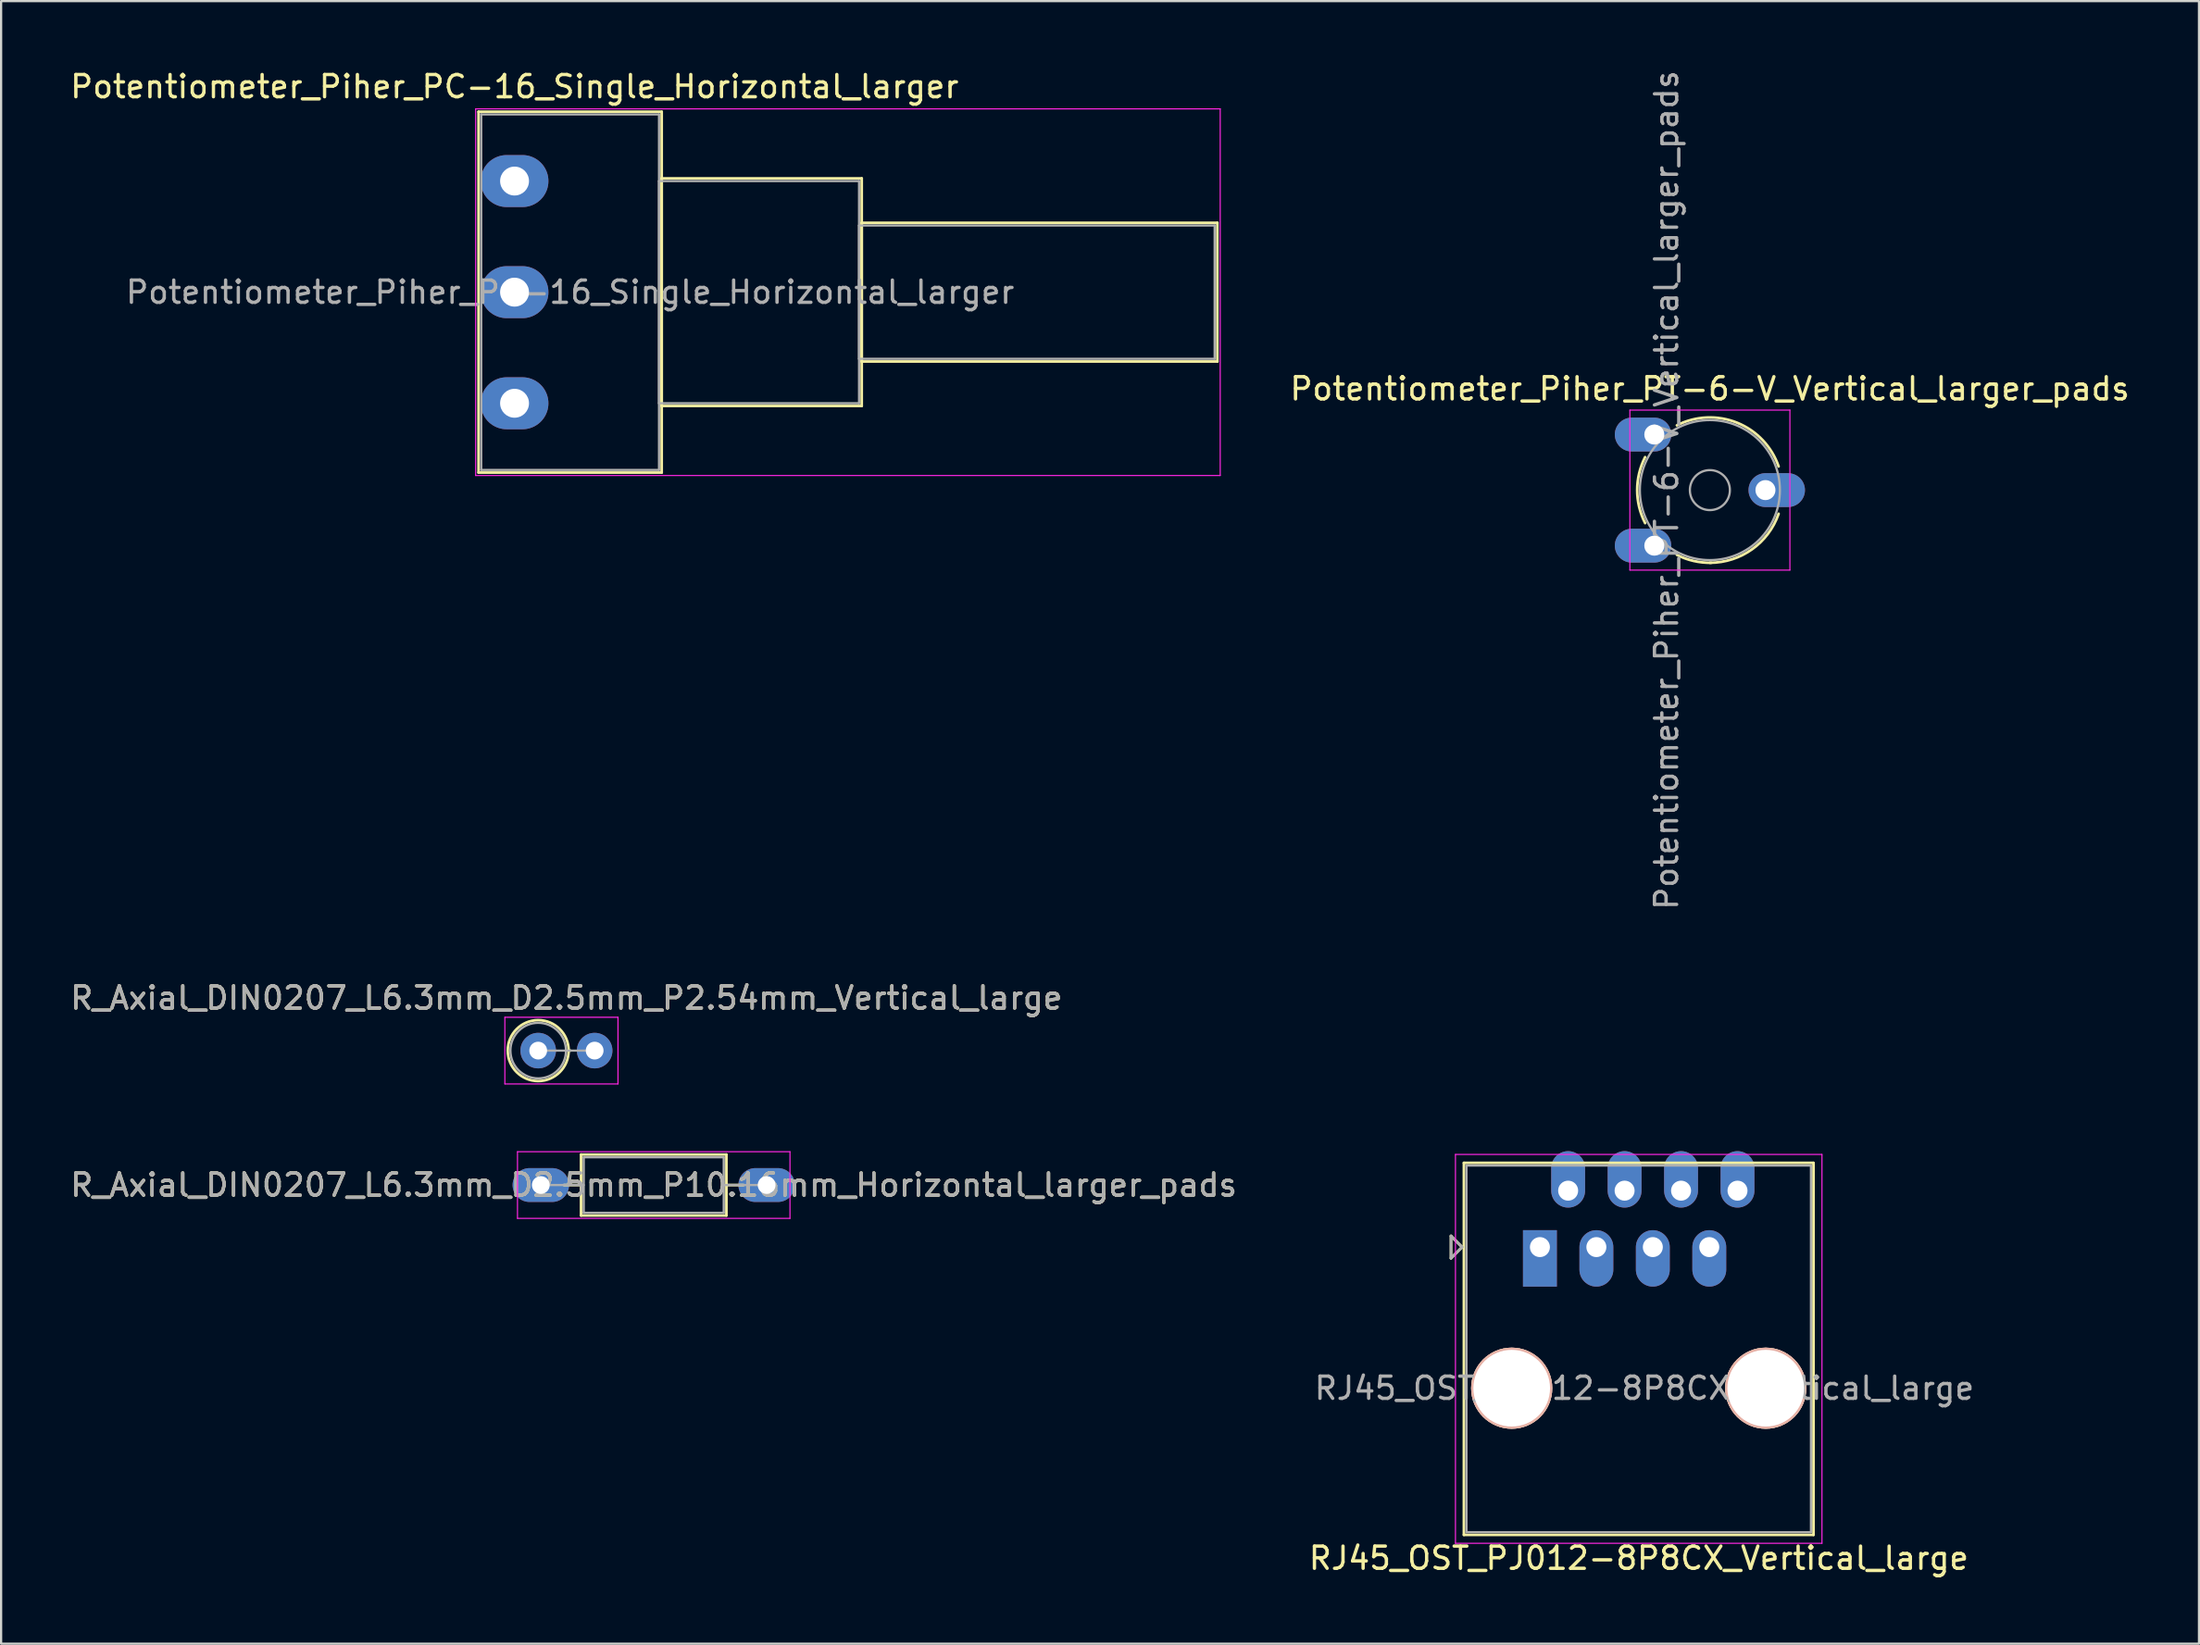
<source format=kicad_pcb>
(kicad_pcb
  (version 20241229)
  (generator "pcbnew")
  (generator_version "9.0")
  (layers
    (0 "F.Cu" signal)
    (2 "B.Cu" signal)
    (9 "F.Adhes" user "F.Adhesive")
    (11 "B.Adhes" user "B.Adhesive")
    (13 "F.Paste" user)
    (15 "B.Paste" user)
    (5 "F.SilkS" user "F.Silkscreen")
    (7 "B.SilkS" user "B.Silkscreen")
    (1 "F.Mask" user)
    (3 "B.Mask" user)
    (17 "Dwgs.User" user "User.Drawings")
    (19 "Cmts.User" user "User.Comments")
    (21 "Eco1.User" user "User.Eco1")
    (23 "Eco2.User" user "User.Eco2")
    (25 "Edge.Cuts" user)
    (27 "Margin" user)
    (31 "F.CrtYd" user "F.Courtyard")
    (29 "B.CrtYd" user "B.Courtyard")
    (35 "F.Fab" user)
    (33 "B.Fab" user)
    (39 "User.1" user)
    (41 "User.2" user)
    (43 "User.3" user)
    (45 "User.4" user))
  (footprint "RJ45_OST_PJ012-8P8CX_Vertical_large"
    (layer "F.Cu")
    (at 66.235 53.073)
    (property "Reference" "RJ45_OST_PJ012-8P8CX_Vertical_large" (at 4.45 14 0) (layer "F.SilkS") (effects (font (size 1 1) (thickness 0.15))))
    (attr through_hole)
    (fp_line (start -4 -0.5) (end -4 0.5) (stroke (width 0.12) (type solid)) (layer "F.SilkS"))
    (fp_line (start -4 0.5) (end -3.5 0) (stroke (width 0.12) (type solid)) (layer "F.SilkS"))
    (fp_line (start -3.5 0) (end -4 -0.5) (stroke (width 0.12) (type solid)) (layer "F.SilkS"))
    (fp_line (start -3.42 -3.79) (end -3.42 12.95) (stroke (width 0.12) (type solid)) (layer "F.SilkS"))
    (fp_line (start 12.3 -3.79) (end -3.42 -3.79) (stroke (width 0.12) (type solid)) (layer "F.SilkS"))
    (fp_line (start 12.31 -3.79) (end 12.31 12.95) (stroke (width 0.12) (type solid)) (layer "F.SilkS"))
    (fp_line (start 12.31 12.95) (end -3.42 12.95) (stroke (width 0.12) (type solid)) (layer "F.SilkS"))
    (fp_line (start -3.8 -4.17) (end -3.8 13.33) (stroke (width 0.05) (type solid)) (layer "F.CrtYd"))
    (fp_line (start -3.8 -4.17) (end 12.69 -4.17) (stroke (width 0.05) (type solid)) (layer "F.CrtYd"))
    (fp_line (start -3.8 13.33) (end 12.69 13.33) (stroke (width 0.05) (type solid)) (layer "F.CrtYd"))
    (fp_line (start 12.69 -4.17) (end 12.69 13.33) (stroke (width 0.05) (type solid)) (layer "F.CrtYd"))
    (fp_line (start -4 -0.5) (end -4 0.5) (stroke (width 0.12) (type solid)) (layer "F.Fab"))
    (fp_line (start -4 0.5) (end -3.5 0) (stroke (width 0.12) (type solid)) (layer "F.Fab"))
    (fp_line (start -3.5 0) (end -4 -0.5) (stroke (width 0.12) (type solid)) (layer "F.Fab"))
    (fp_line (start -3.305 -3.67) (end -3.305 12.83) (stroke (width 0.1) (type solid)) (layer "F.Fab"))
    (fp_line (start 12.195 -3.67) (end -3.305 -3.67) (stroke (width 0.1) (type solid)) (layer "F.Fab"))
    (fp_line (start 12.195 -3.67) (end 12.195 12.83) (stroke (width 0.1) (type solid)) (layer "F.Fab"))
    (fp_line (start 12.195 12.83) (end -3.305 12.83) (stroke (width 0.1) (type solid)) (layer "F.Fab"))
    (fp_text user "${REFERENCE}" (at 4.7 6.35 0) (layer "F.Fab") (effects (font (size 1 1) (thickness 0.15))))
    (pad "" np_thru_hole circle (at -1.27 6.35) (size 3.65 3.65) (drill 3.45) (layers "*.Cu" "*.SilkS" "*.Mask"))
    (pad "" np_thru_hole circle (at 10.16 6.35) (size 3.65 3.65) (drill 3.45) (layers "*.Cu" "*.SilkS" "*.Mask"))
    (pad "1" thru_hole rect (at 0 0) (size 1.524 2.54) (drill 0.9 (offset 0 0.508)) (layers "*.Cu" "*.Mask"))
    (pad "2" thru_hole oval (at 1.27 -2.54) (size 1.524 2.54) (drill 0.9 (offset 0 -0.508)) (layers "*.Cu" "*.Mask"))
    (pad "3" thru_hole oval (at 2.54 0) (size 1.524 2.54) (drill 0.9 (offset 0 0.508)) (layers "*.Cu" "*.Mask"))
    (pad "4" thru_hole oval (at 3.81 -2.54) (size 1.524 2.54) (drill 0.9 (offset 0 -0.508)) (layers "*.Cu" "*.Mask"))
    (pad "5" thru_hole oval (at 5.08 0) (size 1.524 2.54) (drill 0.9 (offset 0 0.508)) (layers "*.Cu" "*.Mask"))
    (pad "6" thru_hole oval (at 6.35 -2.54) (size 1.524 2.54) (drill 0.9 (offset 0 -0.508)) (layers "*.Cu" "*.Mask"))
    (pad "7" thru_hole oval (at 7.62 0) (size 1.524 2.54) (drill 0.9 (offset 0 0.508)) (layers "*.Cu" "*.Mask"))
    (pad "8" thru_hole oval (at 8.89 -2.54) (size 1.524 2.54) (drill 0.9 (offset 0 -0.508)) (layers "*.Cu" "*.Mask")))
  (footprint "R_Axial_DIN0207_L6.3mm_D2.5mm_P2.54mm_Vertical_large"
    (layer "F.Cu")
    (at 21.165 44.23)
    (property "Reference" "R_Axial_DIN0207_L6.3mm_D2.5mm_P2.54mm_Vertical_large" (at 1.27 -2.37 0) (layer "F.SilkS") (effects (font (size 1 1) (thickness 0.15))))
    (attr through_hole)
    (fp_line (start 1.37 0) (end 1.44 0) (stroke (width 0.12) (type solid)) (layer "F.SilkS"))
    (fp_circle (center 0 0) (end 1.37 0) (stroke (width 0.12) (type solid)) (fill no) (layer "F.SilkS"))
    (fp_line (start -1.5 -1.5) (end -1.5 1.5) (stroke (width 0.05) (type solid)) (layer "F.CrtYd"))
    (fp_line (start -1.5 1.5) (end 3.59 1.5) (stroke (width 0.05) (type solid)) (layer "F.CrtYd"))
    (fp_line (start 3.59 -1.5) (end -1.5 -1.5) (stroke (width 0.05) (type solid)) (layer "F.CrtYd"))
    (fp_line (start 3.59 1.5) (end 3.59 -1.5) (stroke (width 0.05) (type solid)) (layer "F.CrtYd"))
    (fp_line (start 0 0) (end 2.54 0) (stroke (width 0.1) (type solid)) (layer "F.Fab"))
    (fp_circle (center 0 0) (end 1.25 0) (stroke (width 0.1) (type solid)) (fill no) (layer "F.Fab"))
    (fp_text user "${REFERENCE}" (at 1.27 -2.37 0) (layer "F.Fab") (effects (font (size 1 1) (thickness 0.15))))
    (pad "1" thru_hole circle (at 0 0) (size 1.6 1.6) (drill 0.8) (layers "*.Cu" "*.Mask"))
    (pad "2" thru_hole oval (at 2.54 0) (size 1.6 1.6) (drill 0.8) (layers "*.Cu" "*.Mask")))
  (footprint "Potentiometer_Piher_PT-6-V_Vertical_larger_pads"
    (layer "F.Cu")
    (at 71.382 21.506)
    (property "Reference" "Potentiometer_Piher_PT-6-V_Vertical_larger_pads" (at 2.5 -7.06 0) (layer "F.SilkS") (effects (font (size 1 1) (thickness 0.15))))
    (attr through_hole)
    (fp_arc (start -0.413387 -1.014798) (mid -0.770114 -2.499325) (end -0.414 -3.984) (stroke (width 0.12) (type solid)) (layer "F.SilkS"))
    (fp_arc (start 1.016032 -5.413829) (mid 3.725524 -5.531609) (end 5.592 -3.564) (stroke (width 0.12) (type solid)) (layer "F.SilkS"))
    (fp_arc (start 2.556863 0.770075) (mid 1.764071 0.686696) (end 1.015 0.414) (stroke (width 0.12) (type solid)) (layer "F.SilkS"))
    (fp_arc (start 5.591846 -1.435392) (mid 4.398899 0.162158) (end 2.5 0.77) (stroke (width 0.12) (type solid)) (layer "F.SilkS"))
    (fp_line (start -1.1 -6.1) (end -1.1 1.1) (stroke (width 0.05) (type solid)) (layer "F.CrtYd"))
    (fp_line (start -1.1 1.1) (end 6.1 1.1) (stroke (width 0.05) (type solid)) (layer "F.CrtYd"))
    (fp_line (start 6.1 -6.1) (end -1.1 -6.1) (stroke (width 0.05) (type solid)) (layer "F.CrtYd"))
    (fp_line (start 6.1 1.1) (end 6.1 -6.1) (stroke (width 0.05) (type solid)) (layer "F.CrtYd"))
    (fp_circle (center 2.5 -2.5) (end 3.4 -2.5) (stroke (width 0.1) (type solid)) (fill no) (layer "F.Fab"))
    (fp_circle (center 2.5 -2.5) (end 5.65 -2.5) (stroke (width 0.1) (type solid)) (fill no) (layer "F.Fab"))
    (fp_text user "${REFERENCE}" (at 0.55 -2.5 90) (layer "F.Fab") (effects (font (size 1 1) (thickness 0.15))))
    (pad "1" thru_hole oval (at 0 0) (size 2.54 1.524) (drill 0.9 (offset -0.508 0)) (layers "*.Cu" "*.Mask"))
    (pad "2" thru_hole oval (at 5 -2.5) (size 2.54 1.524) (drill 0.9 (offset 0.508 0)) (layers "*.Cu" "*.Mask"))
    (pad "3" thru_hole oval (at 0 -5) (size 2.54 1.524) (drill 0.9 (offset -0.508 0)) (layers "*.Cu" "*.Mask")))
  (footprint "Potentiometer_Piher_PC-16_Single_Horizontal_larger"
    (layer "F.Cu")
    (at 20.101 15.098)
    (property "Reference" "Potentiometer_Piher_PC-16_Single_Horizontal_larger" (at 0 -14.25 0) (layer "F.SilkS") (effects (font (size 1 1) (thickness 0.15))))
    (attr through_hole)
    (fp_line (start -1.62 -13.12) (end -1.62 3.12) (stroke (width 0.12) (type solid)) (layer "F.SilkS"))
    (fp_line (start -1.62 -13.12) (end 6.62 -13.12) (stroke (width 0.12) (type solid)) (layer "F.SilkS"))
    (fp_line (start -1.62 3.12) (end 6.62 3.12) (stroke (width 0.12) (type solid)) (layer "F.SilkS"))
    (fp_line (start 6.62 -13.12) (end 6.62 3.12) (stroke (width 0.12) (type solid)) (layer "F.SilkS"))
    (fp_line (start 6.62 -10.12) (end 6.62 0.12) (stroke (width 0.12) (type solid)) (layer "F.SilkS"))
    (fp_line (start 6.62 -10.12) (end 15.62 -10.12) (stroke (width 0.12) (type solid)) (layer "F.SilkS"))
    (fp_line (start 6.62 0.12) (end 15.62 0.12) (stroke (width 0.12) (type solid)) (layer "F.SilkS"))
    (fp_line (start 15.62 -10.12) (end 15.62 0.12) (stroke (width 0.12) (type solid)) (layer "F.SilkS"))
    (fp_line (start 15.62 -8.12) (end 15.62 -1.879) (stroke (width 0.12) (type solid)) (layer "F.SilkS"))
    (fp_line (start 15.62 -8.12) (end 31.62 -8.12) (stroke (width 0.12) (type solid)) (layer "F.SilkS"))
    (fp_line (start 15.62 -1.879) (end 31.62 -1.879) (stroke (width 0.12) (type solid)) (layer "F.SilkS"))
    (fp_line (start 31.62 -8.12) (end 31.62 -1.879) (stroke (width 0.12) (type solid)) (layer "F.SilkS"))
    (fp_line (start -1.75 -13.25) (end -1.75 3.25) (stroke (width 0.05) (type solid)) (layer "F.CrtYd"))
    (fp_line (start -1.75 3.25) (end 31.75 3.25) (stroke (width 0.05) (type solid)) (layer "F.CrtYd"))
    (fp_line (start 31.75 -13.25) (end -1.75 -13.25) (stroke (width 0.05) (type solid)) (layer "F.CrtYd"))
    (fp_line (start 31.75 3.25) (end 31.75 -13.25) (stroke (width 0.05) (type solid)) (layer "F.CrtYd"))
    (fp_line (start -1.5 -13) (end -1.5 3) (stroke (width 0.1) (type solid)) (layer "F.Fab"))
    (fp_line (start -1.5 3) (end 6.5 3) (stroke (width 0.1) (type solid)) (layer "F.Fab"))
    (fp_line (start 6.5 -13) (end -1.5 -13) (stroke (width 0.1) (type solid)) (layer "F.Fab"))
    (fp_line (start 6.5 -10) (end 6.5 0) (stroke (width 0.1) (type solid)) (layer "F.Fab"))
    (fp_line (start 6.5 0) (end 15.5 0) (stroke (width 0.1) (type solid)) (layer "F.Fab"))
    (fp_line (start 6.5 3) (end 6.5 -13) (stroke (width 0.1) (type solid)) (layer "F.Fab"))
    (fp_line (start 15.5 -10) (end 6.5 -10) (stroke (width 0.1) (type solid)) (layer "F.Fab"))
    (fp_line (start 15.5 -8) (end 15.5 -2) (stroke (width 0.1) (type solid)) (layer "F.Fab"))
    (fp_line (start 15.5 -2) (end 31.5 -2) (stroke (width 0.1) (type solid)) (layer "F.Fab"))
    (fp_line (start 15.5 0) (end 15.5 -10) (stroke (width 0.1) (type solid)) (layer "F.Fab"))
    (fp_line (start 31.5 -8) (end 15.5 -8) (stroke (width 0.1) (type solid)) (layer "F.Fab"))
    (fp_line (start 31.5 -2) (end 31.5 -8) (stroke (width 0.1) (type solid)) (layer "F.Fab"))
    (fp_text user "${REFERENCE}" (at 2.5 -5 0) (layer "F.Fab") (effects (font (size 1 1) (thickness 0.15))))
    (pad "1" thru_hole oval (at 0 0) (size 3.048 2.34) (drill 1.3) (layers "*.Cu" "*.Mask"))
    (pad "2" thru_hole oval (at 0 -5) (size 3.048 2.34) (drill 1.3) (layers "*.Cu" "*.Mask"))
    (pad "3" thru_hole oval (at 0 -10) (size 3.048 2.34) (drill 1.3) (layers "*.Cu" "*.Mask")))
  (footprint "R_Axial_DIN0207_L6.3mm_D2.5mm_P10.16mm_Horizontal_larger_pads"
    (layer "F.Cu")
    (at 21.283 50.28)
    (property "Reference" "R_Axial_DIN0207_L6.3mm_D2.5mm_P10.16mm_Horizontal_larger_pads" (at 5.08 0 0) (layer "F.SilkS") (effects (font (size 1 1) (thickness 0.15))))
    (attr through_hole)
    (fp_line (start 1.04 0) (end 1.81 0) (stroke (width 0.12) (type solid)) (layer "F.SilkS"))
    (fp_line (start 1.81 -1.37) (end 1.81 1.37) (stroke (width 0.12) (type solid)) (layer "F.SilkS"))
    (fp_line (start 1.81 1.37) (end 8.35 1.37) (stroke (width 0.12) (type solid)) (layer "F.SilkS"))
    (fp_line (start 8.35 -1.37) (end 1.81 -1.37) (stroke (width 0.12) (type solid)) (layer "F.SilkS"))
    (fp_line (start 8.35 1.37) (end 8.35 -1.37) (stroke (width 0.12) (type solid)) (layer "F.SilkS"))
    (fp_line (start 9.12 0) (end 8.35 0) (stroke (width 0.12) (type solid)) (layer "F.SilkS"))
    (fp_line (start -1.05 -1.5) (end -1.05 1.5) (stroke (width 0.05) (type solid)) (layer "F.CrtYd"))
    (fp_line (start -1.05 1.5) (end 11.21 1.5) (stroke (width 0.05) (type solid)) (layer "F.CrtYd"))
    (fp_line (start 11.21 -1.5) (end -1.05 -1.5) (stroke (width 0.05) (type solid)) (layer "F.CrtYd"))
    (fp_line (start 11.21 1.5) (end 11.21 -1.5) (stroke (width 0.05) (type solid)) (layer "F.CrtYd"))
    (fp_line (start 0 0) (end 1.93 0) (stroke (width 0.1) (type solid)) (layer "F.Fab"))
    (fp_line (start 1.93 -1.25) (end 1.93 1.25) (stroke (width 0.1) (type solid)) (layer "F.Fab"))
    (fp_line (start 1.93 1.25) (end 8.23 1.25) (stroke (width 0.1) (type solid)) (layer "F.Fab"))
    (fp_line (start 8.23 -1.25) (end 1.93 -1.25) (stroke (width 0.1) (type solid)) (layer "F.Fab"))
    (fp_line (start 8.23 1.25) (end 8.23 -1.25) (stroke (width 0.1) (type solid)) (layer "F.Fab"))
    (fp_line (start 10.16 0) (end 8.23 0) (stroke (width 0.1) (type solid)) (layer "F.Fab"))
    (fp_text user "${REFERENCE}" (at 5.08 0 0) (layer "F.Fab") (effects (font (size 1 1) (thickness 0.15))))
    (pad "1" thru_hole oval (at 0 0) (size 2.54 1.524) (drill 0.8) (layers "*.Cu" "*.Mask"))
    (pad "2" thru_hole oval (at 10.16 0) (size 2.54 1.524) (drill 0.8) (layers "*.Cu" "*.Mask")))
  (gr_rect
    (start -3 -3)
    (end 95.888 70.921)
    (stroke (width 0.1) (type default))
    (fill no)
    (layer "Edge.Cuts")))
</source>
